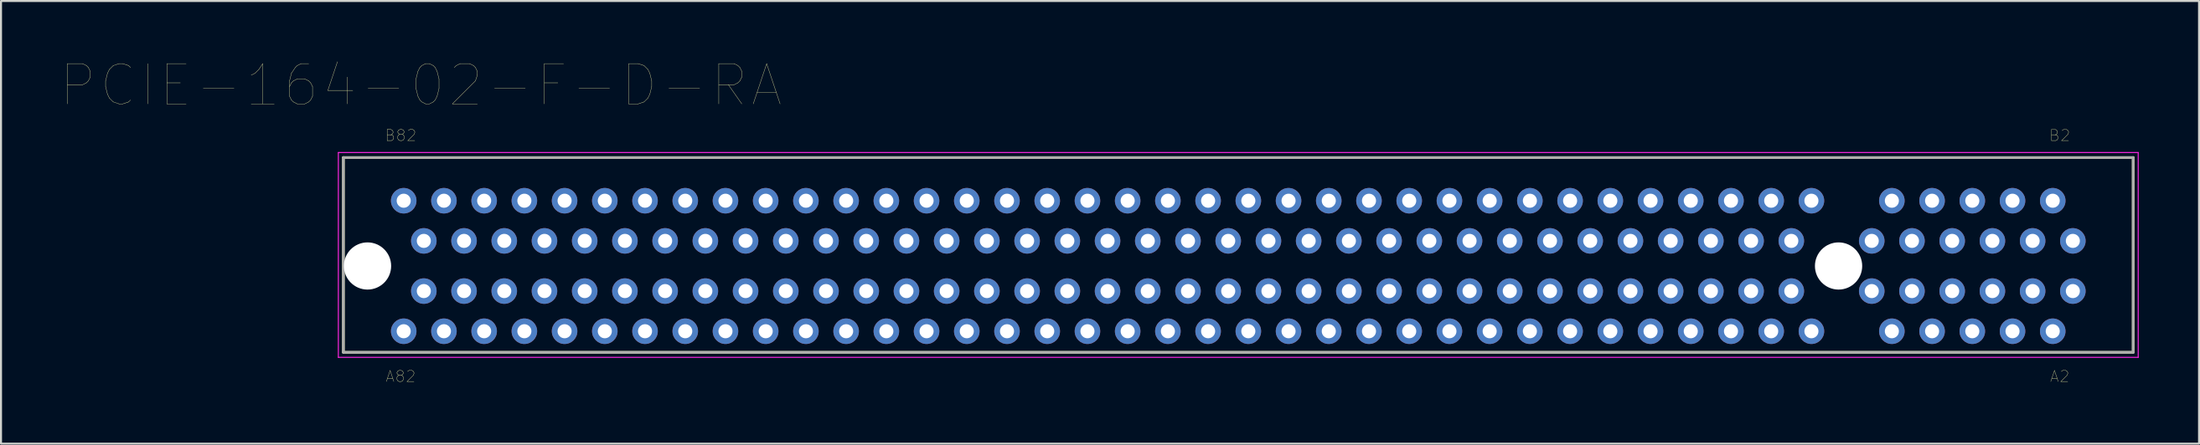
<source format=kicad_pcb>
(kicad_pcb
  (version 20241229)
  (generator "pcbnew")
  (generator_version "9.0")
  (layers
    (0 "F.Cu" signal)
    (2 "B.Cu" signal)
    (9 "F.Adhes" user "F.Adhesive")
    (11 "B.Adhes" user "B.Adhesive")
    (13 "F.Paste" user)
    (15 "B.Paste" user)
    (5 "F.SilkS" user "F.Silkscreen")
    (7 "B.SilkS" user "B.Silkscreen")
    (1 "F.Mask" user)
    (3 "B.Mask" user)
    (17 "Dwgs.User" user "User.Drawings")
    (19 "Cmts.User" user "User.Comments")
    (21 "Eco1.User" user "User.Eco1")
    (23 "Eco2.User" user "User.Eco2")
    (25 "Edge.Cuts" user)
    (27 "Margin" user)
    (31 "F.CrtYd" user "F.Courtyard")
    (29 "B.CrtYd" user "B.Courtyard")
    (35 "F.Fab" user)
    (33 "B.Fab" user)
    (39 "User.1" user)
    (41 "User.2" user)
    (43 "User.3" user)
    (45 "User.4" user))
  (footprint "PCIE-164-02-F-D-RA"
    (layer "F.Cu")
    (at 88.375 10.197)
    (property "Reference" "PCIE-164-02-F-D-RA" (at -70.5 -9 0) (layer "F.SilkS") (effects (font (size 2.001 2.001) (thickness 0.015))))
    (attr through_hole)
    (fp_line (start -74.35 -5.4) (end 14.65 -5.4) (stroke (width 0.127) (type solid)) (layer "F.SilkS"))
    (fp_line (start -74.35 4.3) (end -74.35 -5.4) (stroke (width 0.127) (type solid)) (layer "F.SilkS"))
    (fp_line (start 14.65 -5.4) (end 14.65 4.3) (stroke (width 0.127) (type solid)) (layer "F.SilkS"))
    (fp_line (start 14.65 4.3) (end -74.35 4.3) (stroke (width 0.127) (type solid)) (layer "F.SilkS"))
    (fp_line (start -74.6 -5.65) (end 14.9 -5.65) (stroke (width 0.05) (type solid)) (layer "F.CrtYd"))
    (fp_line (start -74.6 4.55) (end -74.6 -5.65) (stroke (width 0.05) (type solid)) (layer "F.CrtYd"))
    (fp_line (start 14.9 -5.65) (end 14.9 4.55) (stroke (width 0.05) (type solid)) (layer "F.CrtYd"))
    (fp_line (start 14.9 4.55) (end -74.6 4.55) (stroke (width 0.05) (type solid)) (layer "F.CrtYd"))
    (fp_line (start -74.35 -5.4) (end 14.65 -5.4) (stroke (width 0.127) (type solid)) (layer "F.Fab"))
    (fp_line (start -74.35 4.3) (end -74.35 -5.4) (stroke (width 0.127) (type solid)) (layer "F.Fab"))
    (fp_line (start 14.65 -5.4) (end 14.65 4.3) (stroke (width 0.127) (type solid)) (layer "F.Fab"))
    (fp_line (start 14.65 4.3) (end -74.35 4.3) (stroke (width 0.127) (type solid)) (layer "F.Fab"))
    (fp_text user "A2" (at 11 5.5 0) (layer "F.SilkS") (effects (font (size 0.553 0.553) (thickness 0.015))))
    (fp_text user "A82" (at -71.5 5.5 0) (layer "F.SilkS") (effects (font (size 0.553 0.553) (thickness 0.015))))
    (fp_text user "B2" (at 11 -6.5 0) (layer "F.SilkS") (effects (font (size 0.552 0.552) (thickness 0.015))))
    (fp_text user "B82" (at -71.5 -6.5 0) (layer "F.SilkS") (effects (font (size 0.553 0.553) (thickness 0.015))))
    (pad "" np_thru_hole circle (at -73.15 0) (size 2.35 2.35) (drill 2.35) (layers "*.Cu" "*.Mask"))
    (pad "" np_thru_hole circle (at 0 0) (size 2.35 2.35) (drill 2.35) (layers "*.Cu" "*.Mask"))
    (pad "A1" thru_hole circle (at 11.65 1.25) (size 1.27 1.27) (drill 0.7) (layers "*.Cu" "*.Mask"))
    (pad "A2" thru_hole circle (at 10.65 3.25) (size 1.27 1.27) (drill 0.7) (layers "*.Cu" "*.Mask"))
    (pad "A3" thru_hole circle (at 9.65 1.25) (size 1.27 1.27) (drill 0.7) (layers "*.Cu" "*.Mask"))
    (pad "A4" thru_hole circle (at 8.65 3.25) (size 1.27 1.27) (drill 0.7) (layers "*.Cu" "*.Mask"))
    (pad "A5" thru_hole circle (at 7.65 1.25) (size 1.27 1.27) (drill 0.7) (layers "*.Cu" "*.Mask"))
    (pad "A6" thru_hole circle (at 6.65 3.25) (size 1.27 1.27) (drill 0.7) (layers "*.Cu" "*.Mask"))
    (pad "A7" thru_hole circle (at 5.65 1.25) (size 1.27 1.27) (drill 0.7) (layers "*.Cu" "*.Mask"))
    (pad "A8" thru_hole circle (at 4.65 3.25) (size 1.27 1.27) (drill 0.7) (layers "*.Cu" "*.Mask"))
    (pad "A9" thru_hole circle (at 3.65 1.25) (size 1.27 1.27) (drill 0.7) (layers "*.Cu" "*.Mask"))
    (pad "A10" thru_hole circle (at 2.65 3.25) (size 1.27 1.27) (drill 0.7) (layers "*.Cu" "*.Mask"))
    (pad "A11" thru_hole circle (at 1.65 1.25) (size 1.27 1.27) (drill 0.7) (layers "*.Cu" "*.Mask"))
    (pad "A12" thru_hole circle (at -1.35 3.25) (size 1.27 1.27) (drill 0.7) (layers "*.Cu" "*.Mask"))
    (pad "A13" thru_hole circle (at -2.35 1.25) (size 1.27 1.27) (drill 0.7) (layers "*.Cu" "*.Mask"))
    (pad "A14" thru_hole circle (at -3.35 3.25) (size 1.27 1.27) (drill 0.7) (layers "*.Cu" "*.Mask"))
    (pad "A15" thru_hole circle (at -4.35 1.25) (size 1.27 1.27) (drill 0.7) (layers "*.Cu" "*.Mask"))
    (pad "A16" thru_hole circle (at -5.35 3.25) (size 1.27 1.27) (drill 0.7) (layers "*.Cu" "*.Mask"))
    (pad "A17" thru_hole circle (at -6.35 1.25) (size 1.27 1.27) (drill 0.7) (layers "*.Cu" "*.Mask"))
    (pad "A18" thru_hole circle (at -7.35 3.25) (size 1.27 1.27) (drill 0.7) (layers "*.Cu" "*.Mask"))
    (pad "A19" thru_hole circle (at -8.35 1.25) (size 1.27 1.27) (drill 0.7) (layers "*.Cu" "*.Mask"))
    (pad "A20" thru_hole circle (at -9.35 3.25) (size 1.27 1.27) (drill 0.7) (layers "*.Cu" "*.Mask"))
    (pad "A21" thru_hole circle (at -10.35 1.25) (size 1.27 1.27) (drill 0.7) (layers "*.Cu" "*.Mask"))
    (pad "A22" thru_hole circle (at -11.35 3.25) (size 1.27 1.27) (drill 0.7) (layers "*.Cu" "*.Mask"))
    (pad "A23" thru_hole circle (at -12.35 1.25) (size 1.27 1.27) (drill 0.7) (layers "*.Cu" "*.Mask"))
    (pad "A24" thru_hole circle (at -13.35 3.25) (size 1.27 1.27) (drill 0.7) (layers "*.Cu" "*.Mask"))
    (pad "A25" thru_hole circle (at -14.35 1.25) (size 1.27 1.27) (drill 0.7) (layers "*.Cu" "*.Mask"))
    (pad "A26" thru_hole circle (at -15.35 3.25) (size 1.27 1.27) (drill 0.7) (layers "*.Cu" "*.Mask"))
    (pad "A27" thru_hole circle (at -16.35 1.25) (size 1.27 1.27) (drill 0.7) (layers "*.Cu" "*.Mask"))
    (pad "A28" thru_hole circle (at -17.35 3.25) (size 1.27 1.27) (drill 0.7) (layers "*.Cu" "*.Mask"))
    (pad "A29" thru_hole circle (at -18.35 1.25) (size 1.27 1.27) (drill 0.7) (layers "*.Cu" "*.Mask"))
    (pad "A30" thru_hole circle (at -19.35 3.25) (size 1.27 1.27) (drill 0.7) (layers "*.Cu" "*.Mask"))
    (pad "A31" thru_hole circle (at -20.35 1.25) (size 1.27 1.27) (drill 0.7) (layers "*.Cu" "*.Mask"))
    (pad "A32" thru_hole circle (at -21.35 3.25) (size 1.27 1.27) (drill 0.7) (layers "*.Cu" "*.Mask"))
    (pad "A33" thru_hole circle (at -22.35 1.25) (size 1.27 1.27) (drill 0.7) (layers "*.Cu" "*.Mask"))
    (pad "A34" thru_hole circle (at -23.35 3.25) (size 1.27 1.27) (drill 0.7) (layers "*.Cu" "*.Mask"))
    (pad "A35" thru_hole circle (at -24.35 1.25) (size 1.27 1.27) (drill 0.7) (layers "*.Cu" "*.Mask"))
    (pad "A36" thru_hole circle (at -25.35 3.25) (size 1.27 1.27) (drill 0.7) (layers "*.Cu" "*.Mask"))
    (pad "A37" thru_hole circle (at -26.35 1.25) (size 1.27 1.27) (drill 0.7) (layers "*.Cu" "*.Mask"))
    (pad "A38" thru_hole circle (at -27.35 3.25) (size 1.27 1.27) (drill 0.7) (layers "*.Cu" "*.Mask"))
    (pad "A39" thru_hole circle (at -28.35 1.25) (size 1.27 1.27) (drill 0.7) (layers "*.Cu" "*.Mask"))
    (pad "A40" thru_hole circle (at -29.35 3.25) (size 1.27 1.27) (drill 0.7) (layers "*.Cu" "*.Mask"))
    (pad "A41" thru_hole circle (at -30.35 1.25) (size 1.27 1.27) (drill 0.7) (layers "*.Cu" "*.Mask"))
    (pad "A42" thru_hole circle (at -31.35 3.25) (size 1.27 1.27) (drill 0.7) (layers "*.Cu" "*.Mask"))
    (pad "A43" thru_hole circle (at -32.35 1.25) (size 1.27 1.27) (drill 0.7) (layers "*.Cu" "*.Mask"))
    (pad "A44" thru_hole circle (at -33.35 3.25) (size 1.27 1.27) (drill 0.7) (layers "*.Cu" "*.Mask"))
    (pad "A45" thru_hole circle (at -34.35 1.25) (size 1.27 1.27) (drill 0.7) (layers "*.Cu" "*.Mask"))
    (pad "A46" thru_hole circle (at -35.35 3.25) (size 1.27 1.27) (drill 0.7) (layers "*.Cu" "*.Mask"))
    (pad "A47" thru_hole circle (at -36.35 1.25) (size 1.27 1.27) (drill 0.7) (layers "*.Cu" "*.Mask"))
    (pad "A48" thru_hole circle (at -37.35 3.25) (size 1.27 1.27) (drill 0.7) (layers "*.Cu" "*.Mask"))
    (pad "A49" thru_hole circle (at -38.35 1.25) (size 1.27 1.27) (drill 0.7) (layers "*.Cu" "*.Mask"))
    (pad "A50" thru_hole circle (at -39.35 3.25) (size 1.27 1.27) (drill 0.7) (layers "*.Cu" "*.Mask"))
    (pad "A51" thru_hole circle (at -40.35 1.25) (size 1.27 1.27) (drill 0.7) (layers "*.Cu" "*.Mask"))
    (pad "A52" thru_hole circle (at -41.35 3.25) (size 1.27 1.27) (drill 0.7) (layers "*.Cu" "*.Mask"))
    (pad "A53" thru_hole circle (at -42.35 1.25) (size 1.27 1.27) (drill 0.7) (layers "*.Cu" "*.Mask"))
    (pad "A54" thru_hole circle (at -43.35 3.25) (size 1.27 1.27) (drill 0.7) (layers "*.Cu" "*.Mask"))
    (pad "A55" thru_hole circle (at -44.35 1.25) (size 1.27 1.27) (drill 0.7) (layers "*.Cu" "*.Mask"))
    (pad "A56" thru_hole circle (at -45.35 3.25) (size 1.27 1.27) (drill 0.7) (layers "*.Cu" "*.Mask"))
    (pad "A57" thru_hole circle (at -46.35 1.25) (size 1.27 1.27) (drill 0.7) (layers "*.Cu" "*.Mask"))
    (pad "A58" thru_hole circle (at -47.35 3.25) (size 1.27 1.27) (drill 0.7) (layers "*.Cu" "*.Mask"))
    (pad "A59" thru_hole circle (at -48.35 1.25) (size 1.27 1.27) (drill 0.7) (layers "*.Cu" "*.Mask"))
    (pad "A60" thru_hole circle (at -49.35 3.25) (size 1.27 1.27) (drill 0.7) (layers "*.Cu" "*.Mask"))
    (pad "A61" thru_hole circle (at -50.35 1.25) (size 1.27 1.27) (drill 0.7) (layers "*.Cu" "*.Mask"))
    (pad "A62" thru_hole circle (at -51.35 3.25) (size 1.27 1.27) (drill 0.7) (layers "*.Cu" "*.Mask"))
    (pad "A63" thru_hole circle (at -52.35 1.25) (size 1.27 1.27) (drill 0.7) (layers "*.Cu" "*.Mask"))
    (pad "A64" thru_hole circle (at -53.35 3.25) (size 1.27 1.27) (drill 0.7) (layers "*.Cu" "*.Mask"))
    (pad "A65" thru_hole circle (at -54.35 1.25) (size 1.27 1.27) (drill 0.7) (layers "*.Cu" "*.Mask"))
    (pad "A66" thru_hole circle (at -55.35 3.25) (size 1.27 1.27) (drill 0.7) (layers "*.Cu" "*.Mask"))
    (pad "A67" thru_hole circle (at -56.35 1.25) (size 1.27 1.27) (drill 0.7) (layers "*.Cu" "*.Mask"))
    (pad "A68" thru_hole circle (at -57.35 3.25) (size 1.27 1.27) (drill 0.7) (layers "*.Cu" "*.Mask"))
    (pad "A69" thru_hole circle (at -58.35 1.25) (size 1.27 1.27) (drill 0.7) (layers "*.Cu" "*.Mask"))
    (pad "A70" thru_hole circle (at -59.35 3.25) (size 1.27 1.27) (drill 0.7) (layers "*.Cu" "*.Mask"))
    (pad "A71" thru_hole circle (at -60.35 1.25) (size 1.27 1.27) (drill 0.7) (layers "*.Cu" "*.Mask"))
    (pad "A72" thru_hole circle (at -61.35 3.25) (size 1.27 1.27) (drill 0.7) (layers "*.Cu" "*.Mask"))
    (pad "A73" thru_hole circle (at -62.35 1.25) (size 1.27 1.27) (drill 0.7) (layers "*.Cu" "*.Mask"))
    (pad "A74" thru_hole circle (at -63.35 3.25) (size 1.27 1.27) (drill 0.7) (layers "*.Cu" "*.Mask"))
    (pad "A75" thru_hole circle (at -64.35 1.25) (size 1.27 1.27) (drill 0.7) (layers "*.Cu" "*.Mask"))
    (pad "A76" thru_hole circle (at -65.35 3.25) (size 1.27 1.27) (drill 0.7) (layers "*.Cu" "*.Mask"))
    (pad "A77" thru_hole circle (at -66.35 1.25) (size 1.27 1.27) (drill 0.7) (layers "*.Cu" "*.Mask"))
    (pad "A78" thru_hole circle (at -67.35 3.25) (size 1.27 1.27) (drill 0.7) (layers "*.Cu" "*.Mask"))
    (pad "A79" thru_hole circle (at -68.35 1.25) (size 1.27 1.27) (drill 0.7) (layers "*.Cu" "*.Mask"))
    (pad "A80" thru_hole circle (at -69.35 3.25) (size 1.27 1.27) (drill 0.7) (layers "*.Cu" "*.Mask"))
    (pad "A81" thru_hole circle (at -70.35 1.25) (size 1.27 1.27) (drill 0.7) (layers "*.Cu" "*.Mask"))
    (pad "A82" thru_hole circle (at -71.35 3.25) (size 1.27 1.27) (drill 0.7) (layers "*.Cu" "*.Mask"))
    (pad "B1" thru_hole circle (at 11.65 -1.25) (size 1.27 1.27) (drill 0.7) (layers "*.Cu" "*.Mask"))
    (pad "B2" thru_hole circle (at 10.65 -3.25) (size 1.27 1.27) (drill 0.7) (layers "*.Cu" "*.Mask"))
    (pad "B3" thru_hole circle (at 9.65 -1.25) (size 1.27 1.27) (drill 0.7) (layers "*.Cu" "*.Mask"))
    (pad "B4" thru_hole circle (at 8.65 -3.25) (size 1.27 1.27) (drill 0.7) (layers "*.Cu" "*.Mask"))
    (pad "B5" thru_hole circle (at 7.65 -1.25) (size 1.27 1.27) (drill 0.7) (layers "*.Cu" "*.Mask"))
    (pad "B6" thru_hole circle (at 6.65 -3.25) (size 1.27 1.27) (drill 0.7) (layers "*.Cu" "*.Mask"))
    (pad "B7" thru_hole circle (at 5.65 -1.25) (size 1.27 1.27) (drill 0.7) (layers "*.Cu" "*.Mask"))
    (pad "B8" thru_hole circle (at 4.65 -3.25) (size 1.27 1.27) (drill 0.7) (layers "*.Cu" "*.Mask"))
    (pad "B9" thru_hole circle (at 3.65 -1.25) (size 1.27 1.27) (drill 0.7) (layers "*.Cu" "*.Mask"))
    (pad "B10" thru_hole circle (at 2.65 -3.25) (size 1.27 1.27) (drill 0.7) (layers "*.Cu" "*.Mask"))
    (pad "B11" thru_hole circle (at 1.65 -1.25) (size 1.27 1.27) (drill 0.7) (layers "*.Cu" "*.Mask"))
    (pad "B12" thru_hole circle (at -1.35 -3.25) (size 1.27 1.27) (drill 0.7) (layers "*.Cu" "*.Mask"))
    (pad "B13" thru_hole circle (at -2.35 -1.25) (size 1.27 1.27) (drill 0.7) (layers "*.Cu" "*.Mask"))
    (pad "B14" thru_hole circle (at -3.35 -3.25) (size 1.27 1.27) (drill 0.7) (layers "*.Cu" "*.Mask"))
    (pad "B15" thru_hole circle (at -4.35 -1.25) (size 1.27 1.27) (drill 0.7) (layers "*.Cu" "*.Mask"))
    (pad "B16" thru_hole circle (at -5.35 -3.25) (size 1.27 1.27) (drill 0.7) (layers "*.Cu" "*.Mask"))
    (pad "B17" thru_hole circle (at -6.35 -1.25) (size 1.27 1.27) (drill 0.7) (layers "*.Cu" "*.Mask"))
    (pad "B18" thru_hole circle (at -7.35 -3.25) (size 1.27 1.27) (drill 0.7) (layers "*.Cu" "*.Mask"))
    (pad "B19" thru_hole circle (at -8.35 -1.25) (size 1.27 1.27) (drill 0.7) (layers "*.Cu" "*.Mask"))
    (pad "B20" thru_hole circle (at -9.35 -3.25) (size 1.27 1.27) (drill 0.7) (layers "*.Cu" "*.Mask"))
    (pad "B21" thru_hole circle (at -10.35 -1.25) (size 1.27 1.27) (drill 0.7) (layers "*.Cu" "*.Mask"))
    (pad "B22" thru_hole circle (at -11.35 -3.25) (size 1.27 1.27) (drill 0.7) (layers "*.Cu" "*.Mask"))
    (pad "B23" thru_hole circle (at -12.35 -1.25) (size 1.27 1.27) (drill 0.7) (layers "*.Cu" "*.Mask"))
    (pad "B24" thru_hole circle (at -13.35 -3.25) (size 1.27 1.27) (drill 0.7) (layers "*.Cu" "*.Mask"))
    (pad "B25" thru_hole circle (at -14.35 -1.25) (size 1.27 1.27) (drill 0.7) (layers "*.Cu" "*.Mask"))
    (pad "B26" thru_hole circle (at -15.35 -3.25) (size 1.27 1.27) (drill 0.7) (layers "*.Cu" "*.Mask"))
    (pad "B27" thru_hole circle (at -16.35 -1.25) (size 1.27 1.27) (drill 0.7) (layers "*.Cu" "*.Mask"))
    (pad "B28" thru_hole circle (at -17.35 -3.25) (size 1.27 1.27) (drill 0.7) (layers "*.Cu" "*.Mask"))
    (pad "B29" thru_hole circle (at -18.35 -1.25) (size 1.27 1.27) (drill 0.7) (layers "*.Cu" "*.Mask"))
    (pad "B30" thru_hole circle (at -19.35 -3.25) (size 1.27 1.27) (drill 0.7) (layers "*.Cu" "*.Mask"))
    (pad "B31" thru_hole circle (at -20.35 -1.25) (size 1.27 1.27) (drill 0.7) (layers "*.Cu" "*.Mask"))
    (pad "B32" thru_hole circle (at -21.35 -3.25) (size 1.27 1.27) (drill 0.7) (layers "*.Cu" "*.Mask"))
    (pad "B33" thru_hole circle (at -22.35 -1.25) (size 1.27 1.27) (drill 0.7) (layers "*.Cu" "*.Mask"))
    (pad "B34" thru_hole circle (at -23.35 -3.25) (size 1.27 1.27) (drill 0.7) (layers "*.Cu" "*.Mask"))
    (pad "B35" thru_hole circle (at -24.35 -1.25) (size 1.27 1.27) (drill 0.7) (layers "*.Cu" "*.Mask"))
    (pad "B36" thru_hole circle (at -25.35 -3.25) (size 1.27 1.27) (drill 0.7) (layers "*.Cu" "*.Mask"))
    (pad "B37" thru_hole circle (at -26.35 -1.25) (size 1.27 1.27) (drill 0.7) (layers "*.Cu" "*.Mask"))
    (pad "B38" thru_hole circle (at -27.35 -3.25) (size 1.27 1.27) (drill 0.7) (layers "*.Cu" "*.Mask"))
    (pad "B39" thru_hole circle (at -28.35 -1.25) (size 1.27 1.27) (drill 0.7) (layers "*.Cu" "*.Mask"))
    (pad "B40" thru_hole circle (at -29.35 -3.25) (size 1.27 1.27) (drill 0.7) (layers "*.Cu" "*.Mask"))
    (pad "B41" thru_hole circle (at -30.35 -1.25) (size 1.27 1.27) (drill 0.7) (layers "*.Cu" "*.Mask"))
    (pad "B42" thru_hole circle (at -31.35 -3.25) (size 1.27 1.27) (drill 0.7) (layers "*.Cu" "*.Mask"))
    (pad "B43" thru_hole circle (at -32.35 -1.25) (size 1.27 1.27) (drill 0.7) (layers "*.Cu" "*.Mask"))
    (pad "B44" thru_hole circle (at -33.35 -3.25) (size 1.27 1.27) (drill 0.7) (layers "*.Cu" "*.Mask"))
    (pad "B45" thru_hole circle (at -34.35 -1.25) (size 1.27 1.27) (drill 0.7) (layers "*.Cu" "*.Mask"))
    (pad "B46" thru_hole circle (at -35.35 -3.25) (size 1.27 1.27) (drill 0.7) (layers "*.Cu" "*.Mask"))
    (pad "B47" thru_hole circle (at -36.35 -1.25) (size 1.27 1.27) (drill 0.7) (layers "*.Cu" "*.Mask"))
    (pad "B48" thru_hole circle (at -37.35 -3.25) (size 1.27 1.27) (drill 0.7) (layers "*.Cu" "*.Mask"))
    (pad "B49" thru_hole circle (at -38.35 -1.25) (size 1.27 1.27) (drill 0.7) (layers "*.Cu" "*.Mask"))
    (pad "B50" thru_hole circle (at -39.35 -3.25) (size 1.27 1.27) (drill 0.7) (layers "*.Cu" "*.Mask"))
    (pad "B51" thru_hole circle (at -40.35 -1.25) (size 1.27 1.27) (drill 0.7) (layers "*.Cu" "*.Mask"))
    (pad "B52" thru_hole circle (at -41.35 -3.25) (size 1.27 1.27) (drill 0.7) (layers "*.Cu" "*.Mask"))
    (pad "B53" thru_hole circle (at -42.35 -1.25) (size 1.27 1.27) (drill 0.7) (layers "*.Cu" "*.Mask"))
    (pad "B54" thru_hole circle (at -43.35 -3.25) (size 1.27 1.27) (drill 0.7) (layers "*.Cu" "*.Mask"))
    (pad "B55" thru_hole circle (at -44.35 -1.25) (size 1.27 1.27) (drill 0.7) (layers "*.Cu" "*.Mask"))
    (pad "B56" thru_hole circle (at -45.35 -3.25) (size 1.27 1.27) (drill 0.7) (layers "*.Cu" "*.Mask"))
    (pad "B57" thru_hole circle (at -46.35 -1.25) (size 1.27 1.27) (drill 0.7) (layers "*.Cu" "*.Mask"))
    (pad "B58" thru_hole circle (at -47.35 -3.25) (size 1.27 1.27) (drill 0.7) (layers "*.Cu" "*.Mask"))
    (pad "B59" thru_hole circle (at -48.35 -1.25) (size 1.27 1.27) (drill 0.7) (layers "*.Cu" "*.Mask"))
    (pad "B60" thru_hole circle (at -49.35 -3.25) (size 1.27 1.27) (drill 0.7) (layers "*.Cu" "*.Mask"))
    (pad "B61" thru_hole circle (at -50.35 -1.25) (size 1.27 1.27) (drill 0.7) (layers "*.Cu" "*.Mask"))
    (pad "B62" thru_hole circle (at -51.35 -3.25) (size 1.27 1.27) (drill 0.7) (layers "*.Cu" "*.Mask"))
    (pad "B63" thru_hole circle (at -52.35 -1.25) (size 1.27 1.27) (drill 0.7) (layers "*.Cu" "*.Mask"))
    (pad "B64" thru_hole circle (at -53.35 -3.25) (size 1.27 1.27) (drill 0.7) (layers "*.Cu" "*.Mask"))
    (pad "B65" thru_hole circle (at -54.35 -1.25) (size 1.27 1.27) (drill 0.7) (layers "*.Cu" "*.Mask"))
    (pad "B66" thru_hole circle (at -55.35 -3.25) (size 1.27 1.27) (drill 0.7) (layers "*.Cu" "*.Mask"))
    (pad "B67" thru_hole circle (at -56.35 -1.25) (size 1.27 1.27) (drill 0.7) (layers "*.Cu" "*.Mask"))
    (pad "B68" thru_hole circle (at -57.35 -3.25) (size 1.27 1.27) (drill 0.7) (layers "*.Cu" "*.Mask"))
    (pad "B69" thru_hole circle (at -58.35 -1.25) (size 1.27 1.27) (drill 0.7) (layers "*.Cu" "*.Mask"))
    (pad "B70" thru_hole circle (at -59.35 -3.25) (size 1.27 1.27) (drill 0.7) (layers "*.Cu" "*.Mask"))
    (pad "B71" thru_hole circle (at -60.35 -1.25) (size 1.27 1.27) (drill 0.7) (layers "*.Cu" "*.Mask"))
    (pad "B72" thru_hole circle (at -61.35 -3.25) (size 1.27 1.27) (drill 0.7) (layers "*.Cu" "*.Mask"))
    (pad "B73" thru_hole circle (at -62.35 -1.25) (size 1.27 1.27) (drill 0.7) (layers "*.Cu" "*.Mask"))
    (pad "B74" thru_hole circle (at -63.35 -3.25) (size 1.27 1.27) (drill 0.7) (layers "*.Cu" "*.Mask"))
    (pad "B75" thru_hole circle (at -64.35 -1.25) (size 1.27 1.27) (drill 0.7) (layers "*.Cu" "*.Mask"))
    (pad "B76" thru_hole circle (at -65.35 -3.25) (size 1.27 1.27) (drill 0.7) (layers "*.Cu" "*.Mask"))
    (pad "B77" thru_hole circle (at -66.35 -1.25) (size 1.27 1.27) (drill 0.7) (layers "*.Cu" "*.Mask"))
    (pad "B78" thru_hole circle (at -67.35 -3.25) (size 1.27 1.27) (drill 0.7) (layers "*.Cu" "*.Mask"))
    (pad "B79" thru_hole circle (at -68.35 -1.25) (size 1.27 1.27) (drill 0.7) (layers "*.Cu" "*.Mask"))
    (pad "B80" thru_hole circle (at -69.35 -3.25) (size 1.27 1.27) (drill 0.7) (layers "*.Cu" "*.Mask"))
    (pad "B81" thru_hole circle (at -70.35 -1.25) (size 1.27 1.27) (drill 0.7) (layers "*.Cu" "*.Mask"))
    (pad "B82" thru_hole circle (at -71.35 -3.25) (size 1.27 1.27) (drill 0.7) (layers "*.Cu" "*.Mask")))
  (gr_rect
    (start -3 -3)
    (end 106.3 19.047)
    (stroke (width 0.1) (type default))
    (fill no)
    (layer "Edge.Cuts")))
</source>
